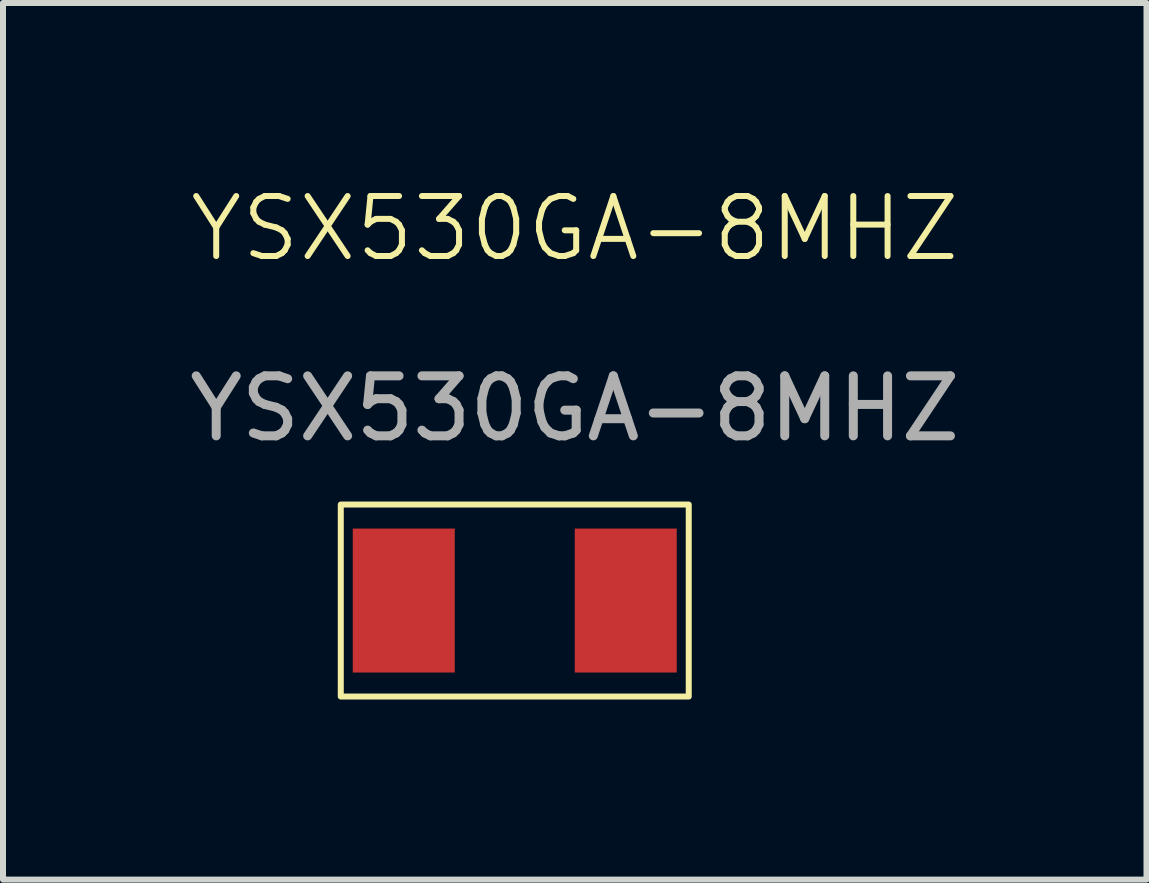
<source format=kicad_pcb>
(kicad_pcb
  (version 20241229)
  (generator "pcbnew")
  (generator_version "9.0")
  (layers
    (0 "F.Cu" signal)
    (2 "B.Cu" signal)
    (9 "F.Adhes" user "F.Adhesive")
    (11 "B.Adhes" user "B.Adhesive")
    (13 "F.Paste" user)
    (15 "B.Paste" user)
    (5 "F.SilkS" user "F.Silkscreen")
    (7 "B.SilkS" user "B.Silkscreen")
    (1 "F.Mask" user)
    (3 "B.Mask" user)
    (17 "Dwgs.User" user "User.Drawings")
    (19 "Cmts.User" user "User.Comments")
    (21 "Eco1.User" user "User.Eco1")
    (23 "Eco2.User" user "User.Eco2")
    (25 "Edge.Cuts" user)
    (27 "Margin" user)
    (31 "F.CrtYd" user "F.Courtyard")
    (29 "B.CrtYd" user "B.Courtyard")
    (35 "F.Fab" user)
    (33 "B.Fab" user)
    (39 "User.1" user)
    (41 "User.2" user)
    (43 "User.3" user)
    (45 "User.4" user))
  (footprint "YSX530GA-8MHZ"
    (layer "F.Cu")
    (at 8.53 1.76)
    (property "Reference" "YSX530GA-8MHZ" (at -2 -1 0) (unlocked yes) (layer "F.SilkS") (effects (font (size 1 1) (thickness 0.1))))
    (attr smd)
    (fp_rect (start -5.9 3.6) (end -0.1 6.8) (stroke (width 0.1) (type default)) (fill no) (layer "F.SilkS"))
    (fp_text user "${REFERENCE}" (at -2 2 0) (unlocked yes) (layer "F.Fab") (effects (font (size 1 1) (thickness 0.15))))
    (pad "1" smd rect (at -4 4) (size 1.7 2.4) (drill (offset -0.85 1.2)) (layers "F.Cu" "F.Mask" "F.Paste"))
    (pad "2" smd rect (at -2 4) (size 1.7 2.4) (drill (offset 0.85 1.2)) (layers "F.Cu" "F.Mask" "F.Paste")))
  (gr_rect
    (start -3 -3)
    (end 16.06 11.611)
    (stroke (width 0.1) (type default))
    (fill no)
    (layer "Edge.Cuts")))
</source>
